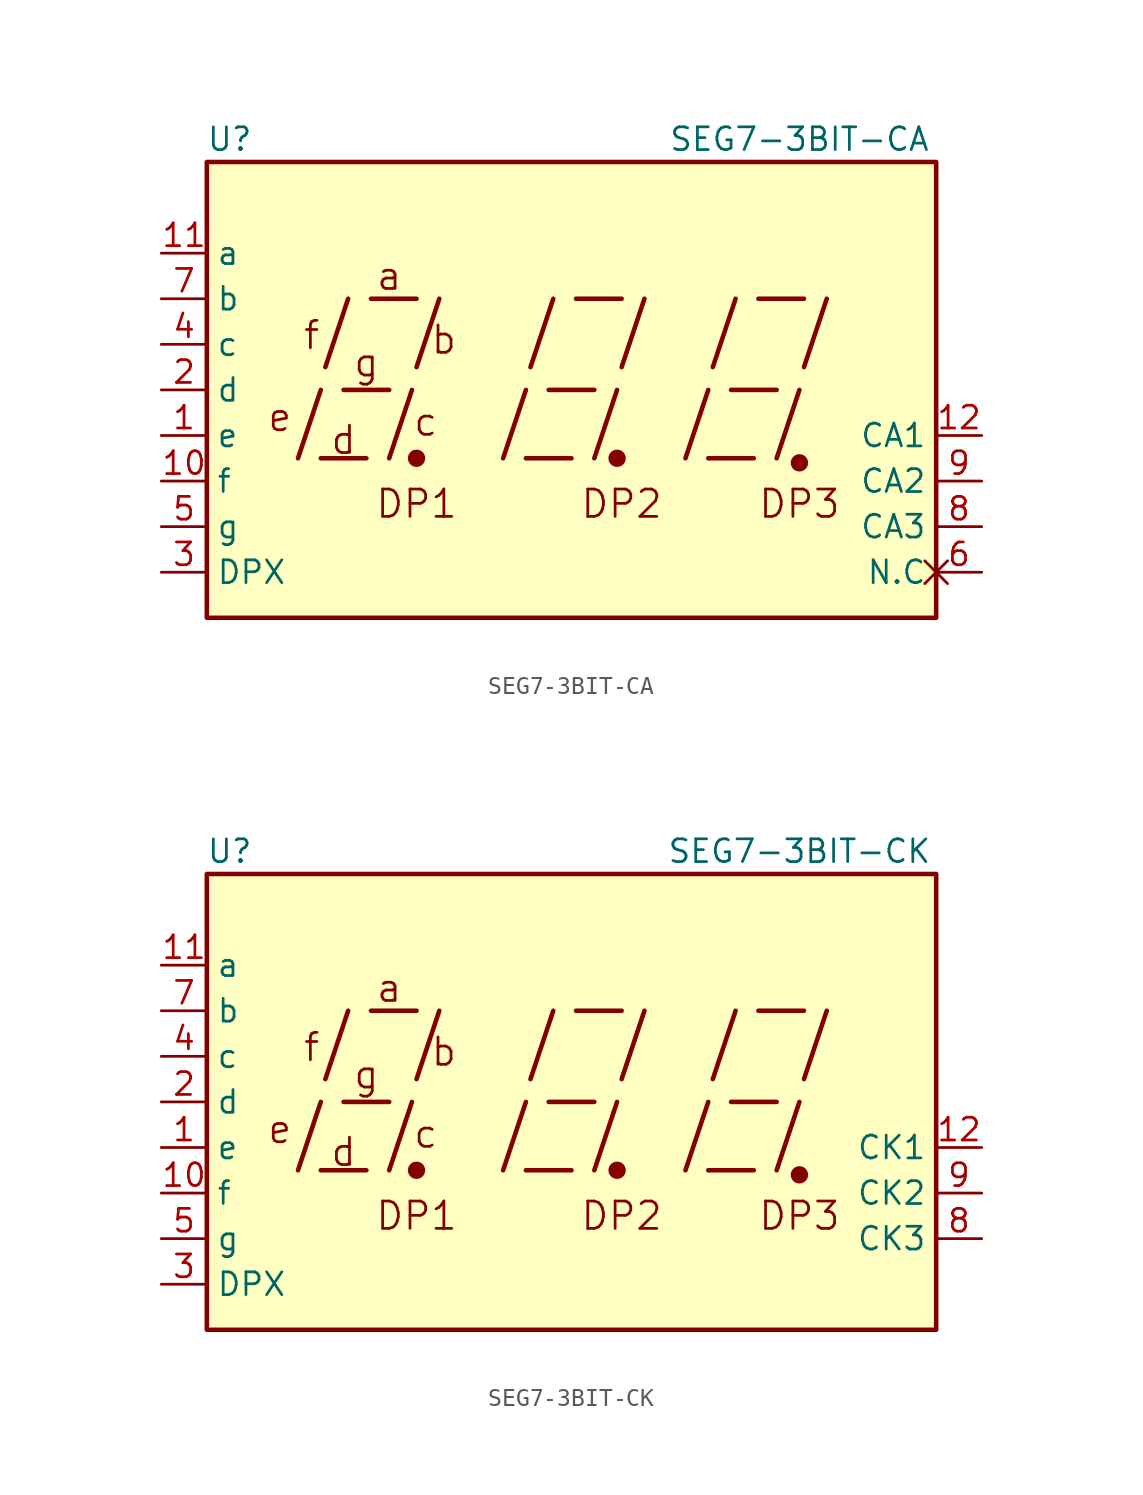
<source format=kicad_sym>
(kicad_symbol_lib
  (version 20211014)
  (generator kicad_symbol_editor)
  (symbol "SEG7-3BIT-CA"
    (property "Reference" "U"
      (at -19.05 13.97 0)
      (effects (font (size 1.27 1.27))))
    (property "Value" "SEG7-3BIT-CA"
      (at 12.7 13.97 0)
      (effects (font (size 1.27 1.27))))
    (symbol "SEG7-3BIT-CA_0_0"
      (rectangle (start -20.32 12.7) (end 20.32 -12.7) (stroke (width 0.254) (type default) (color 0 0 0 0)) (fill (type background)))
      (polyline (pts (xy -15.24 -3.81) (xy -13.97 0)) (stroke (width 0.254) (type default) (color 0 0 0 0)) (fill (type none)))
      (polyline (pts (xy -13.97 -3.81) (xy -11.43 -3.81)) (stroke (width 0.254) (type default) (color 0 0 0 0)) (fill (type none)))
      (polyline (pts (xy -13.716 1.27) (xy -12.446 5.08)) (stroke (width 0.254) (type default) (color 0 0 0 0)) (fill (type none)))
      (polyline (pts (xy -12.7 0) (xy -10.16 0)) (stroke (width 0.254) (type default) (color 0 0 0 0)) (fill (type none)))
      (polyline (pts (xy -11.176 5.08) (xy -8.636 5.08)) (stroke (width 0.254) (type default) (color 0 0 0 0)) (fill (type none)))
      (polyline (pts (xy -10.16 -3.81) (xy -8.89 0)) (stroke (width 0.254) (type default) (color 0 0 0 0)) (fill (type none)))
      (polyline (pts (xy -8.636 1.27) (xy -7.366 5.08)) (stroke (width 0.254) (type default) (color 0 0 0 0)) (fill (type none)))
      (polyline (pts (xy -3.81 -3.81) (xy -2.54 0)) (stroke (width 0.254) (type default) (color 0 0 0 0)) (fill (type none)))
      (polyline (pts (xy -2.54 -3.81) (xy 0 -3.81)) (stroke (width 0.254) (type default) (color 0 0 0 0)) (fill (type none)))
      (polyline (pts (xy -2.286 1.27) (xy -1.016 5.08)) (stroke (width 0.254) (type default) (color 0 0 0 0)) (fill (type none)))
      (polyline (pts (xy -1.27 0) (xy 1.27 0)) (stroke (width 0.254) (type default) (color 0 0 0 0)) (fill (type none)))
      (polyline (pts (xy 0.254 5.08) (xy 2.794 5.08)) (stroke (width 0.254) (type default) (color 0 0 0 0)) (fill (type none)))
      (polyline (pts (xy 1.27 -3.81) (xy 2.54 0)) (stroke (width 0.254) (type default) (color 0 0 0 0)) (fill (type none)))
      (polyline (pts (xy 2.794 1.27) (xy 4.064 5.08)) (stroke (width 0.254) (type default) (color 0 0 0 0)) (fill (type none)))
      (polyline (pts (xy 6.35 -3.81) (xy 7.62 0)) (stroke (width 0.254) (type default) (color 0 0 0 0)) (fill (type none)))
      (polyline (pts (xy 7.62 -3.81) (xy 10.16 -3.81)) (stroke (width 0.254) (type default) (color 0 0 0 0)) (fill (type none)))
      (polyline (pts (xy 7.874 1.27) (xy 9.144 5.08)) (stroke (width 0.254) (type default) (color 0 0 0 0)) (fill (type none)))
      (polyline (pts (xy 8.89 0) (xy 11.43 0)) (stroke (width 0.254) (type default) (color 0 0 0 0)) (fill (type none)))
      (polyline (pts (xy 10.414 5.08) (xy 12.954 5.08)) (stroke (width 0.254) (type default) (color 0 0 0 0)) (fill (type none)))
      (polyline (pts (xy 11.43 -3.81) (xy 12.7 0)) (stroke (width 0.254) (type default) (color 0 0 0 0)) (fill (type none)))
      (polyline (pts (xy 12.954 1.27) (xy 14.224 5.08)) (stroke (width 0.254) (type default) (color 0 0 0 0)) (fill (type none)))
      (text "a" (at -10.16 6.35 0) (effects (font (size 1.524 1.524))))
      (text "b" (at -7.112 2.794 0) (effects (font (size 1.524 1.524))))
      (text "c" (at -8.128 -1.778 0) (effects (font (size 1.524 1.524))))
      (text "d" (at -12.7 -2.794 0) (effects (font (size 1.524 1.524))))
      (text "DP1" (at -8.636 -6.35 0) (effects (font (size 1.524 1.524))))
      (text "DP2" (at 2.794 -6.35 0) (effects (font (size 1.524 1.524))))
      (text "DP3" (at 12.7 -6.35 0) (effects (font (size 1.524 1.524))))
      (text "e" (at -16.256 -1.524 0) (effects (font (size 1.524 1.524))))
      (text "f" (at -14.478 3.048 0) (effects (font (size 1.524 1.524))))
      (text "g" (at -11.43 1.524 0) (effects (font (size 1.524 1.524)))))
    (symbol "SEG7-3BIT-CA_0_1"
      (circle (center -8.636 -3.81) (radius 0.356) (stroke (width 0.254) (type default) (color 0 0 0 0)) (fill (type outline)))
      (circle (center 2.54 -3.81) (radius 0.356) (stroke (width 0.254) (type default) (color 0 0 0 0)) (fill (type outline))))
    (symbol "SEG7-3BIT-CA_1_0"
      (circle (center 12.7 -4.064) (radius 0.356) (stroke (width 0.254) (type default) (color 0 0 0 0)) (fill (type outline))))
    (symbol "SEG7-3BIT-CA_1_1"
      (pin input line (at -22.86 -2.54 0) (length 2.54) (name "e" (effects (font (size 1.27 1.27)))) (number "1" (effects (font (size 1.27 1.27)))))
      (pin input line (at -22.86 -5.08 0) (length 2.54) (name "f" (effects (font (size 1.27 1.27)))) (number "10" (effects (font (size 1.27 1.27)))))
      (pin input line (at -22.86 7.62 0) (length 2.54) (name "a" (effects (font (size 1.27 1.27)))) (number "11" (effects (font (size 1.27 1.27)))))
      (pin input line (at 22.86 -2.54 180) (length 2.54) (name "CA1" (effects (font (size 1.27 1.27)))) (number "12" (effects (font (size 1.27 1.27)))))
      (pin input line (at -22.86 0 0) (length 2.54) (name "d" (effects (font (size 1.27 1.27)))) (number "2" (effects (font (size 1.27 1.27)))))
      (pin input line (at -22.86 -10.16 0) (length 2.54) (name "DPX" (effects (font (size 1.27 1.27)))) (number "3" (effects (font (size 1.27 1.27)))))
      (pin input line (at -22.86 2.54 0) (length 2.54) (name "c" (effects (font (size 1.27 1.27)))) (number "4" (effects (font (size 1.27 1.27)))))
      (pin input line (at -22.86 -7.62 0) (length 2.54) (name "g" (effects (font (size 1.27 1.27)))) (number "5" (effects (font (size 1.27 1.27)))))
      (pin unspecified non_logic (at 22.86 -10.16 180) (length 2.54) (name "N.C" (effects (font (size 1.27 1.27)))) (number "6" (effects (font (size 1.27 1.27)))))
      (pin input line (at -22.86 5.08 0) (length 2.54) (name "b" (effects (font (size 1.27 1.27)))) (number "7" (effects (font (size 1.27 1.27)))))
      (pin input line (at 22.86 -7.62 180) (length 2.54) (name "CA3" (effects (font (size 1.27 1.27)))) (number "8" (effects (font (size 1.27 1.27)))))
      (pin input line (at 22.86 -5.08 180) (length 2.54) (name "CA2" (effects (font (size 1.27 1.27)))) (number "9" (effects (font (size 1.27 1.27)))))))
  (symbol "SEG7-3BIT-CK"
    (property "Reference" "U"
      (at -19.05 13.97 0)
      (effects (font (size 1.27 1.27))))
    (property "Value" "SEG7-3BIT-CK"
      (at 12.7 13.97 0)
      (effects (font (size 1.27 1.27))))
    (symbol "SEG7-3BIT-CK_0_0"
      (rectangle (start -20.32 12.7) (end 20.32 -12.7) (stroke (width 0.254) (type default) (color 0 0 0 0)) (fill (type background)))
      (polyline (pts (xy -15.24 -3.81) (xy -13.97 0)) (stroke (width 0.254) (type default) (color 0 0 0 0)) (fill (type none)))
      (polyline (pts (xy -13.97 -3.81) (xy -11.43 -3.81)) (stroke (width 0.254) (type default) (color 0 0 0 0)) (fill (type none)))
      (polyline (pts (xy -13.716 1.27) (xy -12.446 5.08)) (stroke (width 0.254) (type default) (color 0 0 0 0)) (fill (type none)))
      (polyline (pts (xy -12.7 0) (xy -10.16 0)) (stroke (width 0.254) (type default) (color 0 0 0 0)) (fill (type none)))
      (polyline (pts (xy -11.176 5.08) (xy -8.636 5.08)) (stroke (width 0.254) (type default) (color 0 0 0 0)) (fill (type none)))
      (polyline (pts (xy -10.16 -3.81) (xy -8.89 0)) (stroke (width 0.254) (type default) (color 0 0 0 0)) (fill (type none)))
      (polyline (pts (xy -8.636 1.27) (xy -7.366 5.08)) (stroke (width 0.254) (type default) (color 0 0 0 0)) (fill (type none)))
      (polyline (pts (xy -3.81 -3.81) (xy -2.54 0)) (stroke (width 0.254) (type default) (color 0 0 0 0)) (fill (type none)))
      (polyline (pts (xy -2.54 -3.81) (xy 0 -3.81)) (stroke (width 0.254) (type default) (color 0 0 0 0)) (fill (type none)))
      (polyline (pts (xy -2.286 1.27) (xy -1.016 5.08)) (stroke (width 0.254) (type default) (color 0 0 0 0)) (fill (type none)))
      (polyline (pts (xy -1.27 0) (xy 1.27 0)) (stroke (width 0.254) (type default) (color 0 0 0 0)) (fill (type none)))
      (polyline (pts (xy 0.254 5.08) (xy 2.794 5.08)) (stroke (width 0.254) (type default) (color 0 0 0 0)) (fill (type none)))
      (polyline (pts (xy 1.27 -3.81) (xy 2.54 0)) (stroke (width 0.254) (type default) (color 0 0 0 0)) (fill (type none)))
      (polyline (pts (xy 2.794 1.27) (xy 4.064 5.08)) (stroke (width 0.254) (type default) (color 0 0 0 0)) (fill (type none)))
      (polyline (pts (xy 6.35 -3.81) (xy 7.62 0)) (stroke (width 0.254) (type default) (color 0 0 0 0)) (fill (type none)))
      (polyline (pts (xy 7.62 -3.81) (xy 10.16 -3.81)) (stroke (width 0.254) (type default) (color 0 0 0 0)) (fill (type none)))
      (polyline (pts (xy 7.874 1.27) (xy 9.144 5.08)) (stroke (width 0.254) (type default) (color 0 0 0 0)) (fill (type none)))
      (polyline (pts (xy 8.89 0) (xy 11.43 0)) (stroke (width 0.254) (type default) (color 0 0 0 0)) (fill (type none)))
      (polyline (pts (xy 10.414 5.08) (xy 12.954 5.08)) (stroke (width 0.254) (type default) (color 0 0 0 0)) (fill (type none)))
      (polyline (pts (xy 11.43 -3.81) (xy 12.7 0)) (stroke (width 0.254) (type default) (color 0 0 0 0)) (fill (type none)))
      (polyline (pts (xy 12.954 1.27) (xy 14.224 5.08)) (stroke (width 0.254) (type default) (color 0 0 0 0)) (fill (type none)))
      (text "a" (at -10.16 6.35 0) (effects (font (size 1.524 1.524))))
      (text "b" (at -7.112 2.794 0) (effects (font (size 1.524 1.524))))
      (text "c" (at -8.128 -1.778 0) (effects (font (size 1.524 1.524))))
      (text "d" (at -12.7 -2.794 0) (effects (font (size 1.524 1.524))))
      (text "DP1" (at -8.636 -6.35 0) (effects (font (size 1.524 1.524))))
      (text "DP2" (at 2.794 -6.35 0) (effects (font (size 1.524 1.524))))
      (text "DP3" (at 12.7 -6.35 0) (effects (font (size 1.524 1.524))))
      (text "e" (at -16.256 -1.524 0) (effects (font (size 1.524 1.524))))
      (text "f" (at -14.478 3.048 0) (effects (font (size 1.524 1.524))))
      (text "g" (at -11.43 1.524 0) (effects (font (size 1.524 1.524)))))
    (symbol "SEG7-3BIT-CK_0_1"
      (circle (center -8.636 -3.81) (radius 0.356) (stroke (width 0.254) (type default) (color 0 0 0 0)) (fill (type outline)))
      (circle (center 2.54 -3.81) (radius 0.356) (stroke (width 0.254) (type default) (color 0 0 0 0)) (fill (type outline))))
    (symbol "SEG7-3BIT-CK_1_0"
      (circle (center 12.7 -4.064) (radius 0.356) (stroke (width 0.254) (type default) (color 0 0 0 0)) (fill (type outline))))
    (symbol "SEG7-3BIT-CK_1_1"
      (pin input line (at -22.86 -2.54 0) (length 2.54) (name "e" (effects (font (size 1.27 1.27)))) (number "1" (effects (font (size 1.27 1.27)))))
      (pin input line (at -22.86 -5.08 0) (length 2.54) (name "f" (effects (font (size 1.27 1.27)))) (number "10" (effects (font (size 1.27 1.27)))))
      (pin input line (at -22.86 7.62 0) (length 2.54) (name "a" (effects (font (size 1.27 1.27)))) (number "11" (effects (font (size 1.27 1.27)))))
      (pin input line (at 22.86 -2.54 180) (length 2.54) (name "CK1" (effects (font (size 1.27 1.27)))) (number "12" (effects (font (size 1.27 1.27)))))
      (pin input line (at -22.86 0 0) (length 2.54) (name "d" (effects (font (size 1.27 1.27)))) (number "2" (effects (font (size 1.27 1.27)))))
      (pin input line (at -22.86 -10.16 0) (length 2.54) (name "DPX" (effects (font (size 1.27 1.27)))) (number "3" (effects (font (size 1.27 1.27)))))
      (pin input line (at -22.86 2.54 0) (length 2.54) (name "c" (effects (font (size 1.27 1.27)))) (number "4" (effects (font (size 1.27 1.27)))))
      (pin input line (at -22.86 -7.62 0) (length 2.54) (name "g" (effects (font (size 1.27 1.27)))) (number "5" (effects (font (size 1.27 1.27)))))
      (pin input line (at -22.86 5.08 0) (length 2.54) (name "b" (effects (font (size 1.27 1.27)))) (number "7" (effects (font (size 1.27 1.27)))))
      (pin input line (at 22.86 -7.62 180) (length 2.54) (name "CK3" (effects (font (size 1.27 1.27)))) (number "8" (effects (font (size 1.27 1.27)))))
      (pin input line (at 22.86 -5.08 180) (length 2.54) (name "CK2" (effects (font (size 1.27 1.27)))) (number "9" (effects (font (size 1.27 1.27))))))))
</source>
